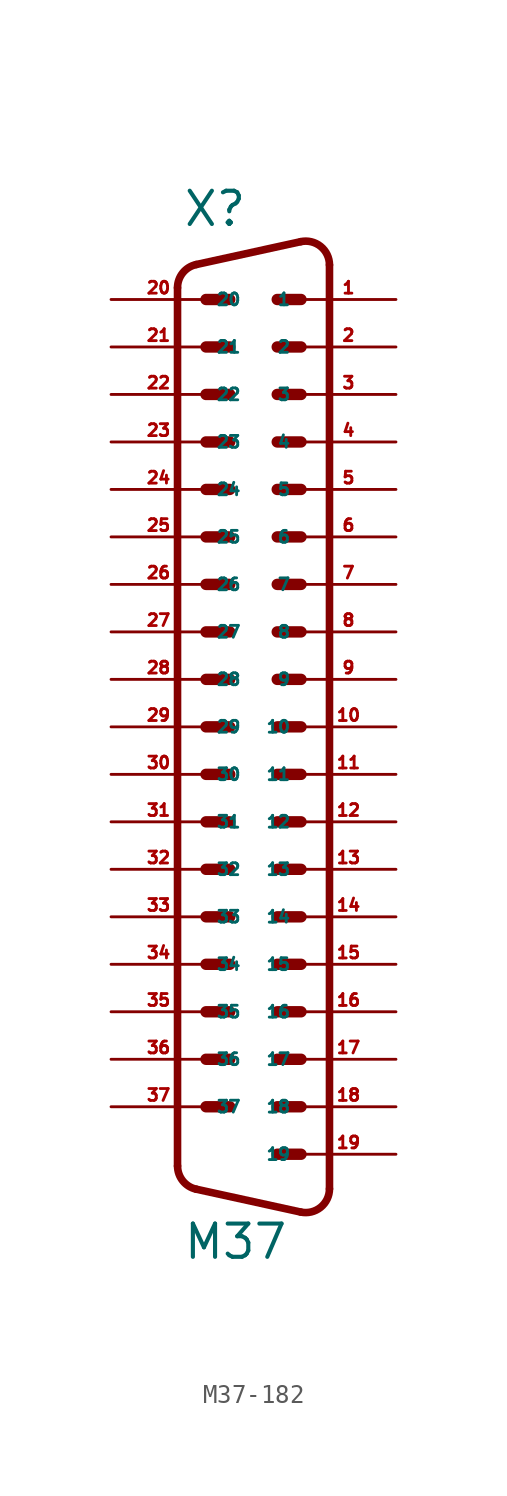
<source format=kicad_sym>
(kicad_symbol_lib
  (version 20220914)
  (generator Eagle2Kicad)
  (symbol "M37-182"
    (property "Reference" "X"
      (at -3.81 24.13 0)
      (effects (font (size 1.778 1.778) (thickness 0.22)) (justify left bottom)))
    (property "Value" "M37"
      (at -3.81 -31.115 0)
      (effects (font (size 1.778 1.778) (thickness 0.22)) (justify left bottom)))
    (polyline
      (pts (xy 1.27 20.32) (xy 2.54 20.32))
      (stroke (width 0.61) (type default))
      (fill (type none)))
    (polyline
      (pts (xy -2.54 20.32) (xy -1.27 20.32))
      (stroke (width 0.61) (type default))
      (fill (type none)))
    (polyline
      (pts (xy 1.27 15.24) (xy 2.54 15.24))
      (stroke (width 0.61) (type default))
      (fill (type none)))
    (polyline
      (pts (xy -2.54 17.78) (xy -1.27 17.78))
      (stroke (width 0.61) (type default))
      (fill (type none)))
    (polyline
      (pts (xy 1.27 10.16) (xy 2.54 10.16))
      (stroke (width 0.61) (type default))
      (fill (type none)))
    (polyline
      (pts (xy -2.54 15.24) (xy -1.27 15.24))
      (stroke (width 0.61) (type default))
      (fill (type none)))
    (polyline
      (pts (xy 1.27 5.08) (xy 2.54 5.08))
      (stroke (width 0.61) (type default))
      (fill (type none)))
    (polyline
      (pts (xy -2.54 12.7) (xy -1.27 12.7))
      (stroke (width 0.61) (type default))
      (fill (type none)))
    (polyline
      (pts (xy 1.27 0) (xy 2.54 0))
      (stroke (width 0.61) (type default))
      (fill (type none)))
    (polyline
      (pts (xy -2.54 10.16) (xy -1.27 10.16))
      (stroke (width 0.61) (type default))
      (fill (type none)))
    (polyline
      (pts (xy 1.27 -5.08) (xy 2.54 -5.08))
      (stroke (width 0.61) (type default))
      (fill (type none)))
    (polyline
      (pts (xy -2.54 7.62) (xy -1.27 7.62))
      (stroke (width 0.61) (type default))
      (fill (type none)))
    (polyline
      (pts (xy 1.27 -10.16) (xy 2.54 -10.16))
      (stroke (width 0.61) (type default))
      (fill (type none)))
    (polyline
      (pts (xy -2.54 5.08) (xy -1.27 5.08))
      (stroke (width 0.61) (type default))
      (fill (type none)))
    (polyline
      (pts (xy 1.27 -15.24) (xy 2.54 -15.24))
      (stroke (width 0.61) (type default))
      (fill (type none)))
    (polyline
      (pts (xy -2.54 2.54) (xy -1.27 2.54))
      (stroke (width 0.61) (type default))
      (fill (type none)))
    (polyline
      (pts (xy 1.27 -20.32) (xy 2.54 -20.32))
      (stroke (width 0.61) (type default))
      (fill (type none)))
    (polyline
      (pts (xy -2.54 0) (xy -1.27 0))
      (stroke (width 0.61) (type default))
      (fill (type none)))
    (polyline
      (pts (xy 1.27 -25.4) (xy 2.54 -25.4))
      (stroke (width 0.61) (type default))
      (fill (type none)))
    (polyline
      (pts (xy -2.54 -2.54) (xy -1.27 -2.54))
      (stroke (width 0.61) (type default))
      (fill (type none)))
    (polyline
      (pts (xy 1.27 17.78) (xy 2.54 17.78))
      (stroke (width 0.61) (type default))
      (fill (type none)))
    (polyline
      (pts (xy -2.54 -5.08) (xy -1.27 -5.08))
      (stroke (width 0.61) (type default))
      (fill (type none)))
    (polyline
      (pts (xy 1.27 12.7) (xy 2.54 12.7))
      (stroke (width 0.61) (type default))
      (fill (type none)))
    (polyline
      (pts (xy -2.54 -7.62) (xy -1.27 -7.62))
      (stroke (width 0.61) (type default))
      (fill (type none)))
    (polyline
      (pts (xy 1.27 7.62) (xy 2.54 7.62))
      (stroke (width 0.61) (type default))
      (fill (type none)))
    (polyline
      (pts (xy -2.54 -10.16) (xy -1.27 -10.16))
      (stroke (width 0.61) (type default))
      (fill (type none)))
    (polyline
      (pts (xy 1.27 2.54) (xy 2.54 2.54))
      (stroke (width 0.61) (type default))
      (fill (type none)))
    (polyline
      (pts (xy -2.54 -12.7) (xy -1.27 -12.7))
      (stroke (width 0.61) (type default))
      (fill (type none)))
    (polyline
      (pts (xy 1.27 -2.54) (xy 2.54 -2.54))
      (stroke (width 0.61) (type default))
      (fill (type none)))
    (polyline
      (pts (xy -2.54 -15.24) (xy -1.27 -15.24))
      (stroke (width 0.61) (type default))
      (fill (type none)))
    (polyline
      (pts (xy 1.27 -7.62) (xy 2.54 -7.62))
      (stroke (width 0.61) (type default))
      (fill (type none)))
    (polyline
      (pts (xy -2.54 -17.78) (xy -1.27 -17.78))
      (stroke (width 0.61) (type default))
      (fill (type none)))
    (polyline
      (pts (xy 1.27 -12.7) (xy 2.54 -12.7))
      (stroke (width 0.61) (type default))
      (fill (type none)))
    (polyline
      (pts (xy -2.54 -20.32) (xy -1.27 -20.32))
      (stroke (width 0.61) (type default))
      (fill (type none)))
    (polyline
      (pts (xy 1.27 -17.78) (xy 2.54 -17.78))
      (stroke (width 0.61) (type default))
      (fill (type none)))
    (polyline
      (pts (xy -2.54 -22.86) (xy -1.27 -22.86))
      (stroke (width 0.61) (type default))
      (fill (type none)))
    (polyline
      (pts (xy 1.27 -22.86) (xy 2.54 -22.86))
      (stroke (width 0.61) (type default))
      (fill (type none)))
    (arc
      (start 2.5226 -28.4918)
      (mid 3.590 -28.240)
      (end 4.0637 -27.2512)
      (stroke (width 0.4064) (type default))
      (fill (type none)))
    (polyline
      (pts (xy 2.523 -28.492) (xy -3.065 -27.269))
      (stroke (width 0.406) (type default))
      (fill (type none)))
    (arc
      (start -4.064 -26.0288)
      (mid -3.783 -26.825)
      (end -3.0654 -27.2694)
      (stroke (width 0.4064) (type default))
      (fill (type none)))
    (polyline
      (pts (xy -4.064 20.949) (xy -4.064 -26.029))
      (stroke (width 0.406) (type default))
      (fill (type none)))
    (arc
      (start -3.0654 22.1894)
      (mid -3.783 21.745)
      (end -4.064 20.9488)
      (stroke (width 0.4064) (type default))
      (fill (type none)))
    (polyline
      (pts (xy 4.064 22.171) (xy 4.064 -27.251))
      (stroke (width 0.406) (type default))
      (fill (type none)))
    (polyline
      (pts (xy 2.523 23.412) (xy -3.065 22.189))
      (stroke (width 0.406) (type default))
      (fill (type none)))
    (arc
      (start 4.064 22.1712)
      (mid 3.590 23.161)
      (end 2.5226 23.4119)
      (stroke (width 0.4064) (type default))
      (fill (type none)))
    (pin passive line
      (at 7.62 20.32 180)
      (length 5.08)
      (name "1" (effects (font (size 0.635 0.635) (thickness 0.08)) (justify left bottom)))
      (number "1" (effects (font (size 0.635 0.635) (thickness 0.08)) (justify left bottom))))
    (pin passive line
      (at -7.62 20.32 0)
      (length 5.08)
      (name "20" (effects (font (size 0.635 0.635) (thickness 0.08)) (justify left bottom)))
      (number "20" (effects (font (size 0.635 0.635) (thickness 0.08)) (justify left bottom))))
    (pin passive line
      (at 7.62 17.78 180)
      (length 5.08)
      (name "2" (effects (font (size 0.635 0.635) (thickness 0.08)) (justify left bottom)))
      (number "2" (effects (font (size 0.635 0.635) (thickness 0.08)) (justify left bottom))))
    (pin passive line
      (at -7.62 17.78 0)
      (length 5.08)
      (name "21" (effects (font (size 0.635 0.635) (thickness 0.08)) (justify left bottom)))
      (number "21" (effects (font (size 0.635 0.635) (thickness 0.08)) (justify left bottom))))
    (pin passive line
      (at 7.62 15.24 180)
      (length 5.08)
      (name "3" (effects (font (size 0.635 0.635) (thickness 0.08)) (justify left bottom)))
      (number "3" (effects (font (size 0.635 0.635) (thickness 0.08)) (justify left bottom))))
    (pin passive line
      (at -7.62 15.24 0)
      (length 5.08)
      (name "22" (effects (font (size 0.635 0.635) (thickness 0.08)) (justify left bottom)))
      (number "22" (effects (font (size 0.635 0.635) (thickness 0.08)) (justify left bottom))))
    (pin passive line
      (at 7.62 12.7 180)
      (length 5.08)
      (name "4" (effects (font (size 0.635 0.635) (thickness 0.08)) (justify left bottom)))
      (number "4" (effects (font (size 0.635 0.635) (thickness 0.08)) (justify left bottom))))
    (pin passive line
      (at -7.62 12.7 0)
      (length 5.08)
      (name "23" (effects (font (size 0.635 0.635) (thickness 0.08)) (justify left bottom)))
      (number "23" (effects (font (size 0.635 0.635) (thickness 0.08)) (justify left bottom))))
    (pin passive line
      (at 7.62 10.16 180)
      (length 5.08)
      (name "5" (effects (font (size 0.635 0.635) (thickness 0.08)) (justify left bottom)))
      (number "5" (effects (font (size 0.635 0.635) (thickness 0.08)) (justify left bottom))))
    (pin passive line
      (at -7.62 10.16 0)
      (length 5.08)
      (name "24" (effects (font (size 0.635 0.635) (thickness 0.08)) (justify left bottom)))
      (number "24" (effects (font (size 0.635 0.635) (thickness 0.08)) (justify left bottom))))
    (pin passive line
      (at 7.62 7.62 180)
      (length 5.08)
      (name "6" (effects (font (size 0.635 0.635) (thickness 0.08)) (justify left bottom)))
      (number "6" (effects (font (size 0.635 0.635) (thickness 0.08)) (justify left bottom))))
    (pin passive line
      (at -7.62 7.62 0)
      (length 5.08)
      (name "25" (effects (font (size 0.635 0.635) (thickness 0.08)) (justify left bottom)))
      (number "25" (effects (font (size 0.635 0.635) (thickness 0.08)) (justify left bottom))))
    (pin passive line
      (at 7.62 5.08 180)
      (length 5.08)
      (name "7" (effects (font (size 0.635 0.635) (thickness 0.08)) (justify left bottom)))
      (number "7" (effects (font (size 0.635 0.635) (thickness 0.08)) (justify left bottom))))
    (pin passive line
      (at -7.62 5.08 0)
      (length 5.08)
      (name "26" (effects (font (size 0.635 0.635) (thickness 0.08)) (justify left bottom)))
      (number "26" (effects (font (size 0.635 0.635) (thickness 0.08)) (justify left bottom))))
    (pin passive line
      (at 7.62 2.54 180)
      (length 5.08)
      (name "8" (effects (font (size 0.635 0.635) (thickness 0.08)) (justify left bottom)))
      (number "8" (effects (font (size 0.635 0.635) (thickness 0.08)) (justify left bottom))))
    (pin passive line
      (at -7.62 2.54 0)
      (length 5.08)
      (name "27" (effects (font (size 0.635 0.635) (thickness 0.08)) (justify left bottom)))
      (number "27" (effects (font (size 0.635 0.635) (thickness 0.08)) (justify left bottom))))
    (pin passive line
      (at 7.62 0 180)
      (length 5.08)
      (name "9" (effects (font (size 0.635 0.635) (thickness 0.08)) (justify left bottom)))
      (number "9" (effects (font (size 0.635 0.635) (thickness 0.08)) (justify left bottom))))
    (pin passive line
      (at -7.62 0 0)
      (length 5.08)
      (name "28" (effects (font (size 0.635 0.635) (thickness 0.08)) (justify left bottom)))
      (number "28" (effects (font (size 0.635 0.635) (thickness 0.08)) (justify left bottom))))
    (pin passive line
      (at 7.62 -2.54 180)
      (length 5.08)
      (name "10" (effects (font (size 0.635 0.635) (thickness 0.08)) (justify left bottom)))
      (number "10" (effects (font (size 0.635 0.635) (thickness 0.08)) (justify left bottom))))
    (pin passive line
      (at -7.62 -2.54 0)
      (length 5.08)
      (name "29" (effects (font (size 0.635 0.635) (thickness 0.08)) (justify left bottom)))
      (number "29" (effects (font (size 0.635 0.635) (thickness 0.08)) (justify left bottom))))
    (pin passive line
      (at 7.62 -5.08 180)
      (length 5.08)
      (name "11" (effects (font (size 0.635 0.635) (thickness 0.08)) (justify left bottom)))
      (number "11" (effects (font (size 0.635 0.635) (thickness 0.08)) (justify left bottom))))
    (pin passive line
      (at -7.62 -5.08 0)
      (length 5.08)
      (name "30" (effects (font (size 0.635 0.635) (thickness 0.08)) (justify left bottom)))
      (number "30" (effects (font (size 0.635 0.635) (thickness 0.08)) (justify left bottom))))
    (pin passive line
      (at 7.62 -7.62 180)
      (length 5.08)
      (name "12" (effects (font (size 0.635 0.635) (thickness 0.08)) (justify left bottom)))
      (number "12" (effects (font (size 0.635 0.635) (thickness 0.08)) (justify left bottom))))
    (pin passive line
      (at -7.62 -7.62 0)
      (length 5.08)
      (name "31" (effects (font (size 0.635 0.635) (thickness 0.08)) (justify left bottom)))
      (number "31" (effects (font (size 0.635 0.635) (thickness 0.08)) (justify left bottom))))
    (pin passive line
      (at 7.62 -10.16 180)
      (length 5.08)
      (name "13" (effects (font (size 0.635 0.635) (thickness 0.08)) (justify left bottom)))
      (number "13" (effects (font (size 0.635 0.635) (thickness 0.08)) (justify left bottom))))
    (pin passive line
      (at -7.62 -10.16 0)
      (length 5.08)
      (name "32" (effects (font (size 0.635 0.635) (thickness 0.08)) (justify left bottom)))
      (number "32" (effects (font (size 0.635 0.635) (thickness 0.08)) (justify left bottom))))
    (pin passive line
      (at 7.62 -12.7 180)
      (length 5.08)
      (name "14" (effects (font (size 0.635 0.635) (thickness 0.08)) (justify left bottom)))
      (number "14" (effects (font (size 0.635 0.635) (thickness 0.08)) (justify left bottom))))
    (pin passive line
      (at -7.62 -12.7 0)
      (length 5.08)
      (name "33" (effects (font (size 0.635 0.635) (thickness 0.08)) (justify left bottom)))
      (number "33" (effects (font (size 0.635 0.635) (thickness 0.08)) (justify left bottom))))
    (pin passive line
      (at 7.62 -15.24 180)
      (length 5.08)
      (name "15" (effects (font (size 0.635 0.635) (thickness 0.08)) (justify left bottom)))
      (number "15" (effects (font (size 0.635 0.635) (thickness 0.08)) (justify left bottom))))
    (pin passive line
      (at -7.62 -15.24 0)
      (length 5.08)
      (name "34" (effects (font (size 0.635 0.635) (thickness 0.08)) (justify left bottom)))
      (number "34" (effects (font (size 0.635 0.635) (thickness 0.08)) (justify left bottom))))
    (pin passive line
      (at 7.62 -17.78 180)
      (length 5.08)
      (name "16" (effects (font (size 0.635 0.635) (thickness 0.08)) (justify left bottom)))
      (number "16" (effects (font (size 0.635 0.635) (thickness 0.08)) (justify left bottom))))
    (pin passive line
      (at -7.62 -17.78 0)
      (length 5.08)
      (name "35" (effects (font (size 0.635 0.635) (thickness 0.08)) (justify left bottom)))
      (number "35" (effects (font (size 0.635 0.635) (thickness 0.08)) (justify left bottom))))
    (pin passive line
      (at 7.62 -20.32 180)
      (length 5.08)
      (name "17" (effects (font (size 0.635 0.635) (thickness 0.08)) (justify left bottom)))
      (number "17" (effects (font (size 0.635 0.635) (thickness 0.08)) (justify left bottom))))
    (pin passive line
      (at -7.62 -20.32 0)
      (length 5.08)
      (name "36" (effects (font (size 0.635 0.635) (thickness 0.08)) (justify left bottom)))
      (number "36" (effects (font (size 0.635 0.635) (thickness 0.08)) (justify left bottom))))
    (pin passive line
      (at 7.62 -22.86 180)
      (length 5.08)
      (name "18" (effects (font (size 0.635 0.635) (thickness 0.08)) (justify left bottom)))
      (number "18" (effects (font (size 0.635 0.635) (thickness 0.08)) (justify left bottom))))
    (pin passive line
      (at -7.62 -22.86 0)
      (length 5.08)
      (name "37" (effects (font (size 0.635 0.635) (thickness 0.08)) (justify left bottom)))
      (number "37" (effects (font (size 0.635 0.635) (thickness 0.08)) (justify left bottom))))
    (pin passive line
      (at 7.62 -25.4 180)
      (length 5.08)
      (name "19" (effects (font (size 0.635 0.635) (thickness 0.08)) (justify left bottom)))
      (number "19" (effects (font (size 0.635 0.635) (thickness 0.08)) (justify left bottom))))))
</source>
